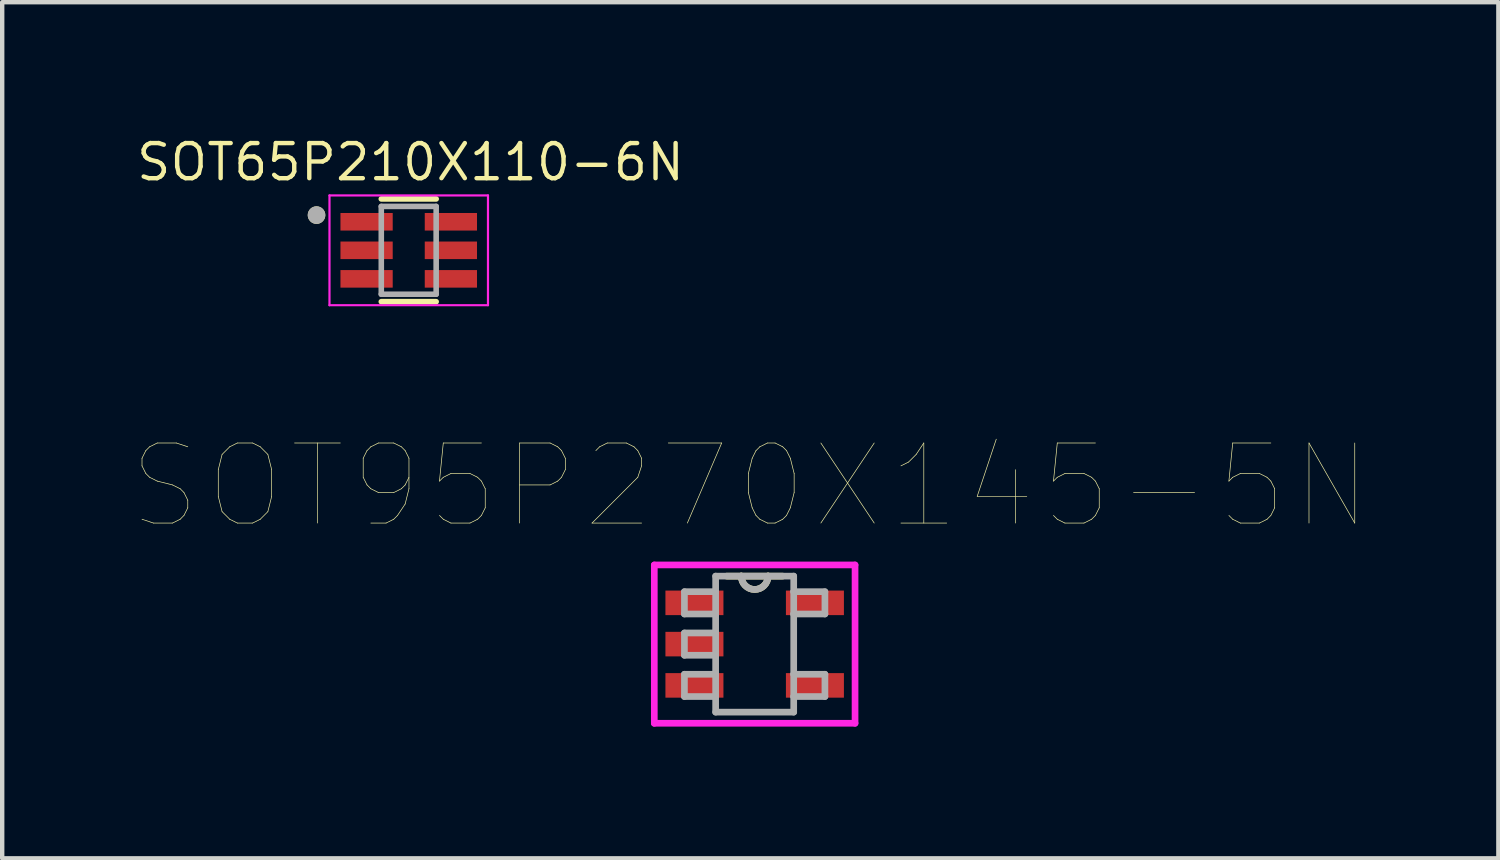
<source format=kicad_pcb>
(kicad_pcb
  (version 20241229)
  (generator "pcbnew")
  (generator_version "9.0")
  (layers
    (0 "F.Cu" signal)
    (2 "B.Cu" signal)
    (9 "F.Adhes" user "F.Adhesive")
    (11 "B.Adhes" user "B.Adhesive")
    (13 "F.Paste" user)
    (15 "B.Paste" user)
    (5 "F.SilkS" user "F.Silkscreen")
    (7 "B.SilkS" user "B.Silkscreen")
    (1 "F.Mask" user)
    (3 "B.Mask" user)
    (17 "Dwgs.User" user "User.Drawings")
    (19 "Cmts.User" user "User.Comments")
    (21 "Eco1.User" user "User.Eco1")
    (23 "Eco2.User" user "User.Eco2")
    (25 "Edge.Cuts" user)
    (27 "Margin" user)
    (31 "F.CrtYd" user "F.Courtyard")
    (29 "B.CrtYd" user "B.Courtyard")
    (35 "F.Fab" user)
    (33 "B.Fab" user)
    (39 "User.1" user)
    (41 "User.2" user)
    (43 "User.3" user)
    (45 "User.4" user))
  (footprint "SOT95P270X145-5N"
    (layer "F.Cu")
    (at 14.138 11.62)
    (property "Reference" "SOT95P270X145-5N" (at -0.1 -3.6 0) (layer "F.SilkS") (effects (font (size 1.824 1.824) (thickness 0.015))))
    (attr through_hole)
    (fp_line (start -0.305 -1.549) (end -0.635 -1.549) (stroke (width 0.152) (type solid)) (layer "F.SilkS"))
    (fp_line (start 0.305 -1.549) (end -0.305 -1.549) (stroke (width 0.152) (type solid)) (layer "F.SilkS"))
    (fp_line (start 0.635 -1.549) (end 0.305 -1.549) (stroke (width 0.152) (type solid)) (layer "F.SilkS"))
    (fp_arc (start 0.3048 -1.5494) (mid 0 -1.2446) (end -0.3048 -1.5494) (stroke (width 0.1524) (type solid)) (layer "F.SilkS"))
    (fp_line (start -2.286 -1.803) (end 2.286 -1.803) (stroke (width 0.152) (type solid)) (layer "F.CrtYd"))
    (fp_line (start -2.286 1.803) (end -2.286 -1.803) (stroke (width 0.152) (type solid)) (layer "F.CrtYd"))
    (fp_line (start 2.286 -1.803) (end 2.286 1.803) (stroke (width 0.152) (type solid)) (layer "F.CrtYd"))
    (fp_line (start 2.286 1.803) (end -2.286 1.803) (stroke (width 0.152) (type solid)) (layer "F.CrtYd"))
    (fp_line (start -1.6 -1.194) (end -1.6 -0.686) (stroke (width 0.152) (type solid)) (layer "F.Fab"))
    (fp_line (start -1.6 -0.686) (end -0.889 -0.686) (stroke (width 0.152) (type solid)) (layer "F.Fab"))
    (fp_line (start -1.6 -0.254) (end -1.6 0.254) (stroke (width 0.152) (type solid)) (layer "F.Fab"))
    (fp_line (start -1.6 0.254) (end -0.889 0.254) (stroke (width 0.152) (type solid)) (layer "F.Fab"))
    (fp_line (start -1.6 0.686) (end -1.6 1.194) (stroke (width 0.152) (type solid)) (layer "F.Fab"))
    (fp_line (start -1.6 1.194) (end -0.889 1.194) (stroke (width 0.152) (type solid)) (layer "F.Fab"))
    (fp_line (start -0.889 -1.549) (end -0.889 -1.194) (stroke (width 0.152) (type solid)) (layer "F.Fab"))
    (fp_line (start -0.889 -1.194) (end -1.6 -1.194) (stroke (width 0.152) (type solid)) (layer "F.Fab"))
    (fp_line (start -0.889 -1.194) (end -0.889 -0.686) (stroke (width 0.152) (type solid)) (layer "F.Fab"))
    (fp_line (start -0.889 -0.686) (end -0.889 -0.254) (stroke (width 0.152) (type solid)) (layer "F.Fab"))
    (fp_line (start -0.889 -0.254) (end -1.6 -0.254) (stroke (width 0.152) (type solid)) (layer "F.Fab"))
    (fp_line (start -0.889 -0.254) (end -0.889 0.254) (stroke (width 0.152) (type solid)) (layer "F.Fab"))
    (fp_line (start -0.889 0.254) (end -0.889 0.686) (stroke (width 0.152) (type solid)) (layer "F.Fab"))
    (fp_line (start -0.889 0.686) (end -1.6 0.686) (stroke (width 0.152) (type solid)) (layer "F.Fab"))
    (fp_line (start -0.889 1.194) (end -0.889 0.686) (stroke (width 0.152) (type solid)) (layer "F.Fab"))
    (fp_line (start -0.889 1.549) (end -0.889 1.194) (stroke (width 0.152) (type solid)) (layer "F.Fab"))
    (fp_line (start -0.889 1.549) (end 0.889 1.549) (stroke (width 0.152) (type solid)) (layer "F.Fab"))
    (fp_line (start -0.305 -1.549) (end -0.889 -1.549) (stroke (width 0.152) (type solid)) (layer "F.Fab"))
    (fp_line (start 0.305 -1.549) (end -0.305 -1.549) (stroke (width 0.152) (type solid)) (layer "F.Fab"))
    (fp_line (start 0.889 -1.549) (end 0.305 -1.549) (stroke (width 0.152) (type solid)) (layer "F.Fab"))
    (fp_line (start 0.889 -1.549) (end 0.889 -1.194) (stroke (width 0.152) (type solid)) (layer "F.Fab"))
    (fp_line (start 0.889 -1.194) (end 0.889 -0.686) (stroke (width 0.152) (type solid)) (layer "F.Fab"))
    (fp_line (start 0.889 -0.686) (end 1.6 -0.686) (stroke (width 0.152) (type solid)) (layer "F.Fab"))
    (fp_line (start 0.889 0.686) (end 0.889 -0.686) (stroke (width 0.152) (type solid)) (layer "F.Fab"))
    (fp_line (start 0.889 1.194) (end 0.889 0.686) (stroke (width 0.152) (type solid)) (layer "F.Fab"))
    (fp_line (start 0.889 1.194) (end 1.6 1.194) (stroke (width 0.152) (type solid)) (layer "F.Fab"))
    (fp_line (start 0.889 1.549) (end 0.889 1.194) (stroke (width 0.152) (type solid)) (layer "F.Fab"))
    (fp_line (start 1.6 -1.194) (end 0.889 -1.194) (stroke (width 0.152) (type solid)) (layer "F.Fab"))
    (fp_line (start 1.6 -0.686) (end 1.6 -1.194) (stroke (width 0.152) (type solid)) (layer "F.Fab"))
    (fp_line (start 1.6 0.686) (end 0.889 0.686) (stroke (width 0.152) (type solid)) (layer "F.Fab"))
    (fp_line (start 1.6 1.194) (end 1.6 0.686) (stroke (width 0.152) (type solid)) (layer "F.Fab"))
    (fp_arc (start 0.3048 -1.5494) (mid 0 -1.2446) (end -0.3048 -1.5494) (stroke (width 0.1524) (type solid)) (layer "F.Fab"))
    (pad "1" smd rect (at -1.372 -0.94) (size 1.321 0.559) (layers "F.Cu" "F.Mask" "F.Paste"))
    (pad "2" smd rect (at -1.372 0) (size 1.321 0.559) (layers "F.Cu" "F.Mask" "F.Paste"))
    (pad "3" smd rect (at -1.372 0.94) (size 1.321 0.559) (layers "F.Cu" "F.Mask" "F.Paste"))
    (pad "4" smd rect (at 1.372 0.94) (size 1.321 0.559) (layers "F.Cu" "F.Mask" "F.Paste"))
    (pad "5" smd rect (at 1.372 -0.94) (size 1.321 0.559) (layers "F.Cu" "F.Mask" "F.Paste")))
  (footprint "SOT65P210X110-6N"
    (layer "F.Cu")
    (at 6.259 2.651)
    (property "Reference" "SOT65P210X110-6N" (at 0.04 -2.008 0) (layer "F.SilkS") (effects (font (size 0.8 0.8) (thickness 0.1))))
    (attr through_hole)
    (fp_line (start -0.625 -1.17) (end 0.625 -1.17) (stroke (width 0.127) (type solid)) (layer "F.SilkS"))
    (fp_line (start -0.625 1.17) (end 0.625 1.17) (stroke (width 0.127) (type solid)) (layer "F.SilkS"))
    (fp_circle (center -2.1 -0.802) (end -2 -0.802) (stroke (width 0.2) (type solid)) (fill no) (layer "F.SilkS"))
    (fp_line (start -1.805 -1.25) (end -1.805 1.25) (stroke (width 0.05) (type solid)) (layer "F.CrtYd"))
    (fp_line (start -1.805 1.25) (end 1.805 1.25) (stroke (width 0.05) (type solid)) (layer "F.CrtYd"))
    (fp_line (start 1.805 -1.25) (end -1.805 -1.25) (stroke (width 0.05) (type solid)) (layer "F.CrtYd"))
    (fp_line (start 1.805 1.25) (end 1.805 -1.25) (stroke (width 0.05) (type solid)) (layer "F.CrtYd"))
    (fp_line (start -0.625 -1) (end -0.625 1) (stroke (width 0.127) (type solid)) (layer "F.Fab"))
    (fp_line (start -0.625 1) (end 0.625 1) (stroke (width 0.127) (type solid)) (layer "F.Fab"))
    (fp_line (start 0.625 -1) (end -0.625 -1) (stroke (width 0.127) (type solid)) (layer "F.Fab"))
    (fp_line (start 0.625 1) (end 0.625 -1) (stroke (width 0.127) (type solid)) (layer "F.Fab"))
    (fp_circle (center -2.1 -0.802) (end -2 -0.802) (stroke (width 0.2) (type solid)) (fill no) (layer "F.Fab"))
    (pad "1" smd rect (at -0.96 -0.65) (size 1.19 0.4) (layers "F.Cu" "F.Mask" "F.Paste"))
    (pad "2" smd rect (at -0.96 0) (size 1.19 0.4) (layers "F.Cu" "F.Mask" "F.Paste"))
    (pad "3" smd rect (at -0.96 0.65) (size 1.19 0.4) (layers "F.Cu" "F.Mask" "F.Paste"))
    (pad "4" smd rect (at 0.96 0.65) (size 1.19 0.4) (layers "F.Cu" "F.Mask" "F.Paste"))
    (pad "5" smd rect (at 0.96 0) (size 1.19 0.4) (layers "F.Cu" "F.Mask" "F.Paste"))
    (pad "6" smd rect (at 0.96 -0.65) (size 1.19 0.4) (layers "F.Cu" "F.Mask" "F.Paste")))
  (gr_rect
    (start -3 -3)
    (end 31.076 16.499)
    (stroke (width 0.1) (type default))
    (fill no)
    (layer "Edge.Cuts")))
</source>
